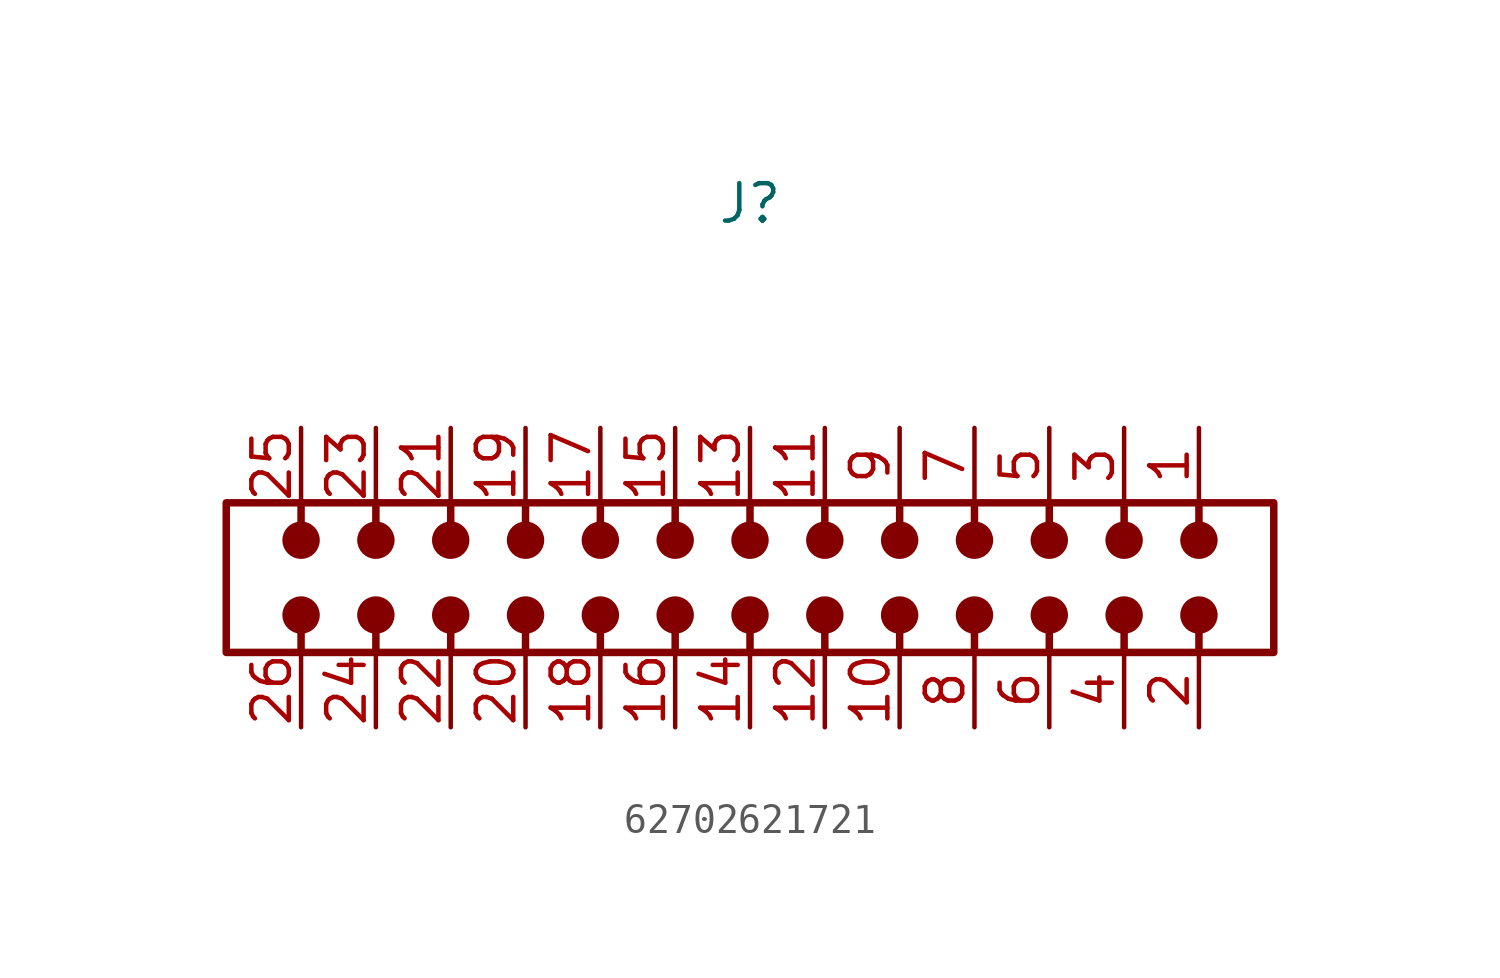
<source format=kicad_sym>
(kicad_symbol_lib
  (version 20241209)
  (generator "kicad_symbol_editor")
  (generator_version "9.0")
  (symbol "62702621721"
    (pin_names
      (hide yes))
    (property "Reference" "J"
      (at 0 12.7 0)
      (effects (font (size 1.27 1.27))))
    (symbol "62702621721_1_1"
      (rectangle (start -17.78 2.54) (end 17.78 -2.54) (stroke (width 0.254) (type solid)) (fill (type none)))
      (polyline (pts (xy -15.24 1.778) (xy -15.24 2.54)) (stroke (width 0.254) (type solid)) (fill (type none)))
      (circle (center -15.24 1.27) (radius 0.508) (stroke (width 0.254) (type solid)) (fill (type outline)))
      (circle (center -15.24 -1.27) (radius 0.508) (stroke (width 0.254) (type solid)) (fill (type outline)))
      (polyline (pts (xy -15.24 -1.778) (xy -15.24 -2.54)) (stroke (width 0.254) (type solid)) (fill (type none)))
      (polyline (pts (xy -12.7 1.778) (xy -12.7 2.54)) (stroke (width 0.254) (type solid)) (fill (type none)))
      (circle (center -12.7 1.27) (radius 0.508) (stroke (width 0.254) (type solid)) (fill (type outline)))
      (circle (center -12.7 -1.27) (radius 0.508) (stroke (width 0.254) (type solid)) (fill (type outline)))
      (polyline (pts (xy -12.7 -1.778) (xy -12.7 -2.54)) (stroke (width 0.254) (type solid)) (fill (type none)))
      (polyline (pts (xy -10.16 1.778) (xy -10.16 2.54)) (stroke (width 0.254) (type solid)) (fill (type none)))
      (circle (center -10.16 1.27) (radius 0.508) (stroke (width 0.254) (type solid)) (fill (type outline)))
      (circle (center -10.16 -1.27) (radius 0.508) (stroke (width 0.254) (type solid)) (fill (type outline)))
      (polyline (pts (xy -10.16 -1.778) (xy -10.16 -2.54)) (stroke (width 0.254) (type solid)) (fill (type none)))
      (polyline (pts (xy -7.62 1.778) (xy -7.62 2.54)) (stroke (width 0.254) (type solid)) (fill (type none)))
      (circle (center -7.62 1.27) (radius 0.508) (stroke (width 0.254) (type solid)) (fill (type outline)))
      (circle (center -7.62 -1.27) (radius 0.508) (stroke (width 0.254) (type solid)) (fill (type outline)))
      (polyline (pts (xy -7.62 -1.778) (xy -7.62 -2.54)) (stroke (width 0.254) (type solid)) (fill (type none)))
      (polyline (pts (xy -5.08 1.778) (xy -5.08 2.54)) (stroke (width 0.254) (type solid)) (fill (type none)))
      (circle (center -5.08 1.27) (radius 0.508) (stroke (width 0.254) (type solid)) (fill (type outline)))
      (circle (center -5.08 -1.27) (radius 0.508) (stroke (width 0.254) (type solid)) (fill (type outline)))
      (polyline (pts (xy -5.08 -1.778) (xy -5.08 -2.54)) (stroke (width 0.254) (type solid)) (fill (type none)))
      (polyline (pts (xy -2.54 1.778) (xy -2.54 2.54)) (stroke (width 0.254) (type solid)) (fill (type none)))
      (circle (center -2.54 1.27) (radius 0.508) (stroke (width 0.254) (type solid)) (fill (type outline)))
      (circle (center -2.54 -1.27) (radius 0.508) (stroke (width 0.254) (type solid)) (fill (type outline)))
      (polyline (pts (xy -2.54 -1.778) (xy -2.54 -2.54)) (stroke (width 0.254) (type solid)) (fill (type none)))
      (polyline (pts (xy 0 1.778) (xy 0 2.54)) (stroke (width 0.254) (type solid)) (fill (type none)))
      (circle (center 0 1.27) (radius 0.508) (stroke (width 0.254) (type solid)) (fill (type outline)))
      (circle (center 0 -1.27) (radius 0.508) (stroke (width 0.254) (type solid)) (fill (type outline)))
      (polyline (pts (xy 0 -1.778) (xy 0 -2.54)) (stroke (width 0.254) (type solid)) (fill (type none)))
      (polyline (pts (xy 2.54 1.778) (xy 2.54 2.54)) (stroke (width 0.254) (type solid)) (fill (type none)))
      (circle (center 2.54 1.27) (radius 0.508) (stroke (width 0.254) (type solid)) (fill (type outline)))
      (circle (center 2.54 -1.27) (radius 0.508) (stroke (width 0.254) (type solid)) (fill (type outline)))
      (polyline (pts (xy 2.54 -1.778) (xy 2.54 -2.54)) (stroke (width 0.254) (type solid)) (fill (type none)))
      (polyline (pts (xy 5.08 1.778) (xy 5.08 2.54)) (stroke (width 0.254) (type solid)) (fill (type none)))
      (circle (center 5.08 1.27) (radius 0.508) (stroke (width 0.254) (type solid)) (fill (type outline)))
      (circle (center 5.08 -1.27) (radius 0.508) (stroke (width 0.254) (type solid)) (fill (type outline)))
      (polyline (pts (xy 5.08 -1.778) (xy 5.08 -2.54)) (stroke (width 0.254) (type solid)) (fill (type none)))
      (polyline (pts (xy 7.62 1.778) (xy 7.62 2.54)) (stroke (width 0.254) (type solid)) (fill (type none)))
      (circle (center 7.62 1.27) (radius 0.508) (stroke (width 0.254) (type solid)) (fill (type outline)))
      (circle (center 7.62 -1.27) (radius 0.508) (stroke (width 0.254) (type solid)) (fill (type outline)))
      (polyline (pts (xy 7.62 -1.778) (xy 7.62 -2.54)) (stroke (width 0.254) (type solid)) (fill (type none)))
      (polyline (pts (xy 10.16 1.778) (xy 10.16 2.54)) (stroke (width 0.254) (type solid)) (fill (type none)))
      (circle (center 10.16 1.27) (radius 0.508) (stroke (width 0.254) (type solid)) (fill (type outline)))
      (circle (center 10.16 -1.27) (radius 0.508) (stroke (width 0.254) (type solid)) (fill (type outline)))
      (polyline (pts (xy 10.16 -1.778) (xy 10.16 -2.54)) (stroke (width 0.254) (type solid)) (fill (type none)))
      (polyline (pts (xy 12.7 1.778) (xy 12.7 2.54)) (stroke (width 0.254) (type solid)) (fill (type none)))
      (circle (center 12.7 1.27) (radius 0.508) (stroke (width 0.254) (type solid)) (fill (type outline)))
      (circle (center 12.7 -1.27) (radius 0.508) (stroke (width 0.254) (type solid)) (fill (type outline)))
      (polyline (pts (xy 12.7 -1.778) (xy 12.7 -2.54)) (stroke (width 0.254) (type solid)) (fill (type none)))
      (polyline (pts (xy 15.24 1.778) (xy 15.24 2.54)) (stroke (width 0.254) (type solid)) (fill (type none)))
      (circle (center 15.24 1.27) (radius 0.508) (stroke (width 0.254) (type solid)) (fill (type outline)))
      (circle (center 15.24 -1.27) (radius 0.508) (stroke (width 0.254) (type solid)) (fill (type outline)))
      (polyline (pts (xy 15.24 -1.778) (xy 15.24 -2.54)) (stroke (width 0.254) (type solid)) (fill (type none)))
      (pin passive line (at -15.24 5.08 270) (length 2.54) (name "25" (effects (font (size 1.27 1.27)))) (number "25" (effects (font (size 1.27 1.27)))))
      (pin passive line (at -15.24 -5.08 90) (length 2.54) (name "26" (effects (font (size 1.27 1.27)))) (number "26" (effects (font (size 1.27 1.27)))))
      (pin passive line (at -12.7 5.08 270) (length 2.54) (name "23" (effects (font (size 1.27 1.27)))) (number "23" (effects (font (size 1.27 1.27)))))
      (pin passive line (at -12.7 -5.08 90) (length 2.54) (name "24" (effects (font (size 1.27 1.27)))) (number "24" (effects (font (size 1.27 1.27)))))
      (pin passive line (at -10.16 5.08 270) (length 2.54) (name "21" (effects (font (size 1.27 1.27)))) (number "21" (effects (font (size 1.27 1.27)))))
      (pin passive line (at -10.16 -5.08 90) (length 2.54) (name "22" (effects (font (size 1.27 1.27)))) (number "22" (effects (font (size 1.27 1.27)))))
      (pin passive line (at -7.62 5.08 270) (length 2.54) (name "19" (effects (font (size 1.27 1.27)))) (number "19" (effects (font (size 1.27 1.27)))))
      (pin passive line (at -7.62 -5.08 90) (length 2.54) (name "20" (effects (font (size 1.27 1.27)))) (number "20" (effects (font (size 1.27 1.27)))))
      (pin passive line (at -5.08 5.08 270) (length 2.54) (name "17" (effects (font (size 1.27 1.27)))) (number "17" (effects (font (size 1.27 1.27)))))
      (pin passive line (at -5.08 -5.08 90) (length 2.54) (name "18" (effects (font (size 1.27 1.27)))) (number "18" (effects (font (size 1.27 1.27)))))
      (pin passive line (at -2.54 5.08 270) (length 2.54) (name "15" (effects (font (size 1.27 1.27)))) (number "15" (effects (font (size 1.27 1.27)))))
      (pin passive line (at -2.54 -5.08 90) (length 2.54) (name "16" (effects (font (size 1.27 1.27)))) (number "16" (effects (font (size 1.27 1.27)))))
      (pin passive line (at 0 5.08 270) (length 2.54) (name "13" (effects (font (size 1.27 1.27)))) (number "13" (effects (font (size 1.27 1.27)))))
      (pin passive line (at 0 -5.08 90) (length 2.54) (name "14" (effects (font (size 1.27 1.27)))) (number "14" (effects (font (size 1.27 1.27)))))
      (pin passive line (at 2.54 5.08 270) (length 2.54) (name "11" (effects (font (size 1.27 1.27)))) (number "11" (effects (font (size 1.27 1.27)))))
      (pin passive line (at 2.54 -5.08 90) (length 2.54) (name "12" (effects (font (size 1.27 1.27)))) (number "12" (effects (font (size 1.27 1.27)))))
      (pin passive line (at 5.08 5.08 270) (length 2.54) (name "9" (effects (font (size 1.27 1.27)))) (number "9" (effects (font (size 1.27 1.27)))))
      (pin passive line (at 5.08 -5.08 90) (length 2.54) (name "10" (effects (font (size 1.27 1.27)))) (number "10" (effects (font (size 1.27 1.27)))))
      (pin passive line (at 7.62 5.08 270) (length 2.54) (name "7" (effects (font (size 1.27 1.27)))) (number "7" (effects (font (size 1.27 1.27)))))
      (pin passive line (at 7.62 -5.08 90) (length 2.54) (name "8" (effects (font (size 1.27 1.27)))) (number "8" (effects (font (size 1.27 1.27)))))
      (pin passive line (at 10.16 5.08 270) (length 2.54) (name "5" (effects (font (size 1.27 1.27)))) (number "5" (effects (font (size 1.27 1.27)))))
      (pin passive line (at 10.16 -5.08 90) (length 2.54) (name "6" (effects (font (size 1.27 1.27)))) (number "6" (effects (font (size 1.27 1.27)))))
      (pin passive line (at 12.7 5.08 270) (length 2.54) (name "3" (effects (font (size 1.27 1.27)))) (number "3" (effects (font (size 1.27 1.27)))))
      (pin passive line (at 12.7 -5.08 90) (length 2.54) (name "4" (effects (font (size 1.27 1.27)))) (number "4" (effects (font (size 1.27 1.27)))))
      (pin passive line (at 15.24 5.08 270) (length 2.54) (name "1" (effects (font (size 1.27 1.27)))) (number "1" (effects (font (size 1.27 1.27)))))
      (pin passive line (at 15.24 -5.08 90) (length 2.54) (name "2" (effects (font (size 1.27 1.27)))) (number "2" (effects (font (size 1.27 1.27))))))))
</source>
